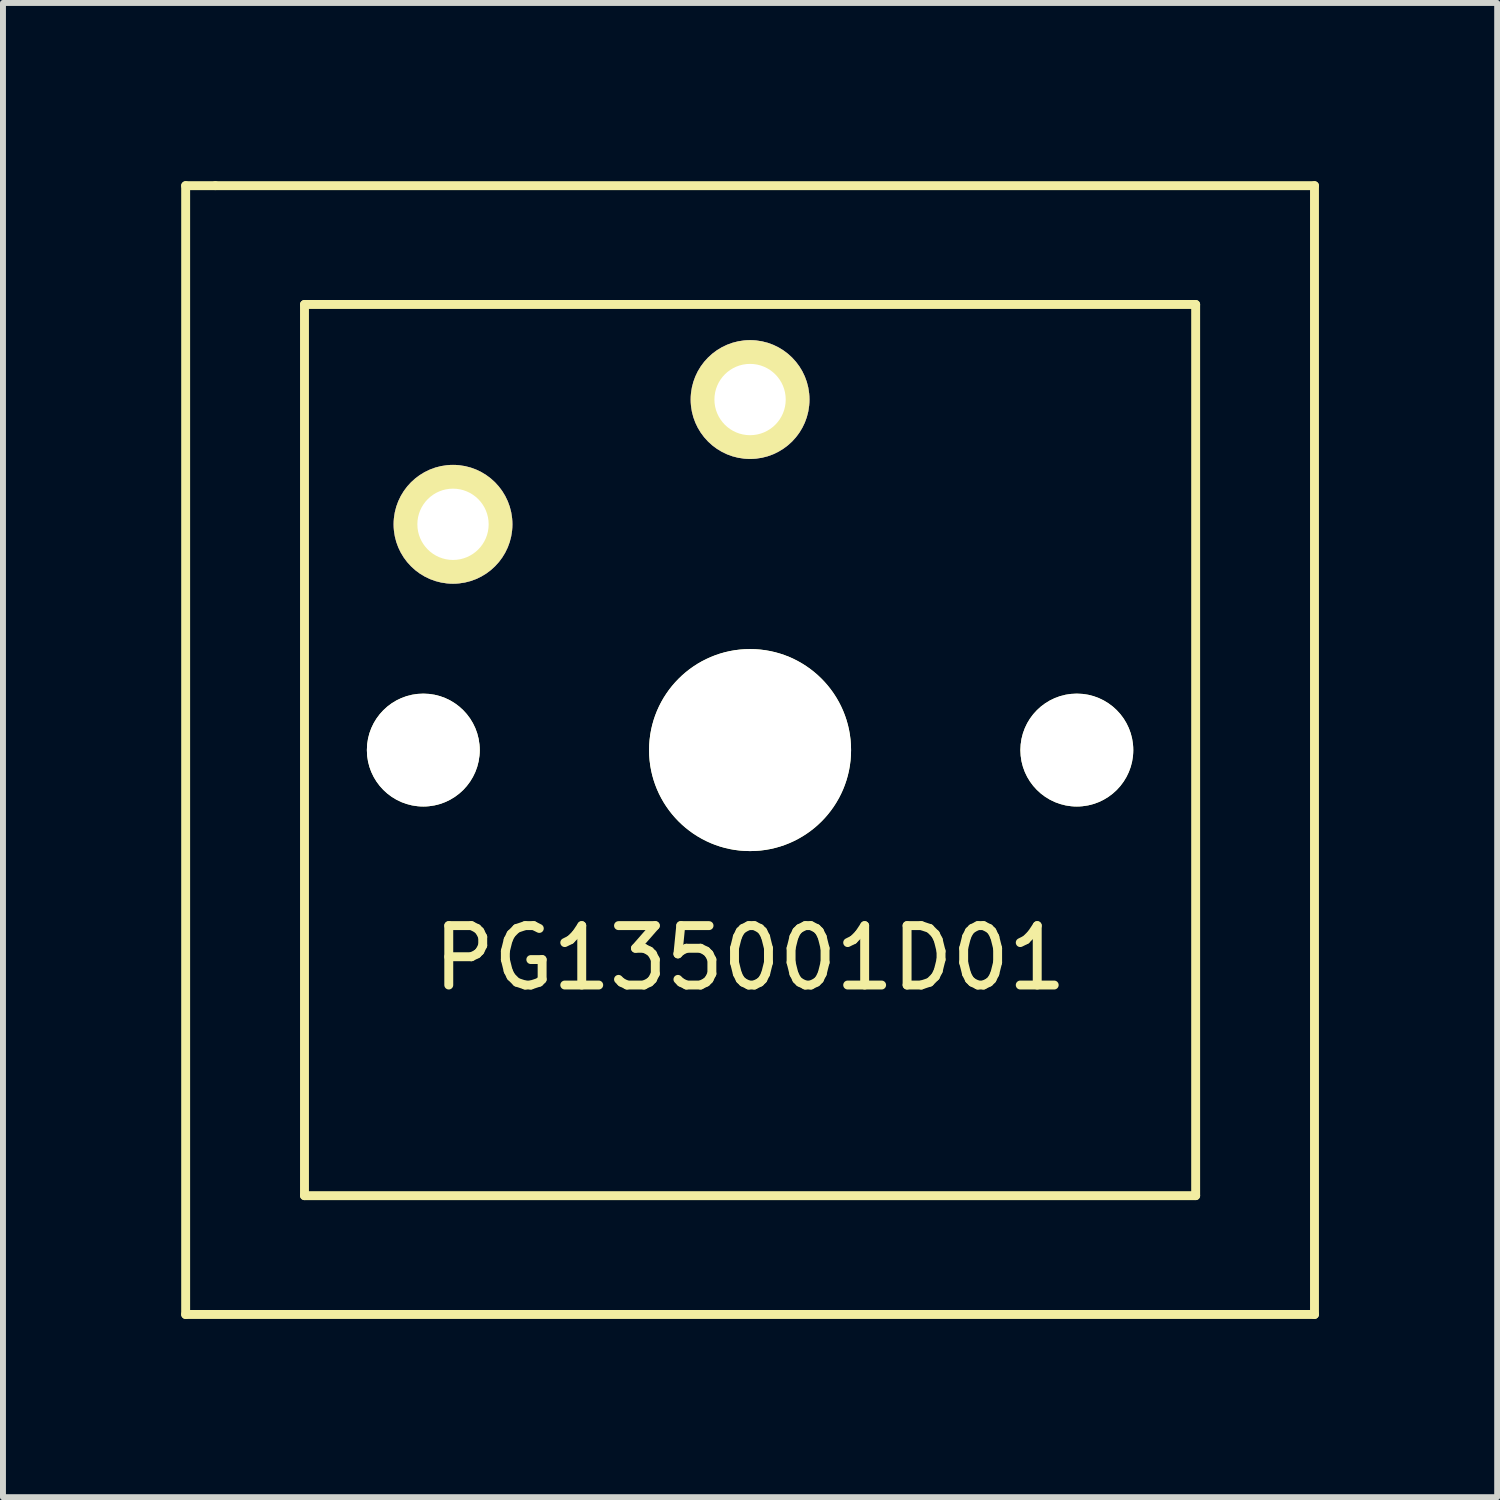
<source format=kicad_pcb>
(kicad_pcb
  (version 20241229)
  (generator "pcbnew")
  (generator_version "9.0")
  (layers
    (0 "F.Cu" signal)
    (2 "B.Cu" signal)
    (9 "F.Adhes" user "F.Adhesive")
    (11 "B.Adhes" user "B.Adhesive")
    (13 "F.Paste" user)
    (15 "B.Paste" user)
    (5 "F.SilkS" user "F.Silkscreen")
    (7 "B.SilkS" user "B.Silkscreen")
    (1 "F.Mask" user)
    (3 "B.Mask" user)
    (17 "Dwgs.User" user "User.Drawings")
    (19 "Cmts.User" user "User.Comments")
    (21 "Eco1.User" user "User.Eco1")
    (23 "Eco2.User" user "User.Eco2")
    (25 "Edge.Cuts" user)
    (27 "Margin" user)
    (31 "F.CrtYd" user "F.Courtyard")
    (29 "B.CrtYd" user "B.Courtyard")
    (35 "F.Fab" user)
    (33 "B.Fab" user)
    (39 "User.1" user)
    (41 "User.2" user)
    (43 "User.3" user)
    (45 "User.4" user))
  (footprint "PG135001D01"
    (layer "F.Cu")
    (at 9.575 9.575)
    (property "Reference" "PG135001D01" (at 0 3.5 0) (layer "F.SilkS") (effects (font (size 1 1) (thickness 0.15))))
    (attr through_hole)
    (fp_line (start -9.5 -9.5) (end -9 -9.5) (stroke (width 0.15) (type solid)) (layer "F.SilkS"))
    (fp_line (start -9.5 9.5) (end -9.5 -9.5) (stroke (width 0.15) (type solid)) (layer "F.SilkS"))
    (fp_line (start -9 -9.5) (end 9.5 -9.5) (stroke (width 0.15) (type solid)) (layer "F.SilkS"))
    (fp_line (start -7.5 -7.5) (end 7.5 -7.5) (stroke (width 0.15) (type solid)) (layer "F.SilkS"))
    (fp_line (start -7.5 7.5) (end -7.5 -7.5) (stroke (width 0.15) (type solid)) (layer "F.SilkS"))
    (fp_line (start 7.5 -7.5) (end 7.5 7.5) (stroke (width 0.15) (type solid)) (layer "F.SilkS"))
    (fp_line (start 7.5 7.5) (end -7.5 7.5) (stroke (width 0.15) (type solid)) (layer "F.SilkS"))
    (fp_line (start 9.5 -9.5) (end 9.5 9.5) (stroke (width 0.15) (type solid)) (layer "F.SilkS"))
    (fp_line (start 9.5 9.5) (end -9.5 9.5) (stroke (width 0.15) (type solid)) (layer "F.SilkS"))
    (pad "" np_thru_hole circle (at -5.5 0) (size 1.9 1.9) (drill 1.9) (layers "*.Cu" "*.Mask" "F.SilkS"))
    (pad "" np_thru_hole circle (at 0 0) (size 3.4 3.4) (drill 3.4) (layers "*.Cu" "*.Mask" "F.SilkS"))
    (pad "" np_thru_hole circle (at 5.5 0) (size 1.9 1.9) (drill 1.9) (layers "*.Cu" "*.Mask" "F.SilkS"))
    (pad "1" thru_hole circle (at 0 -5.9) (size 2 2) (drill 1.2) (layers "*.Cu" "*.Mask" "F.SilkS"))
    (pad "2" thru_hole circle (at -5 -3.8) (size 2 2) (drill 1.2) (layers "*.Cu" "*.Mask" "F.SilkS")))
  (gr_rect
    (start -3 -3)
    (end 22.15 22.15)
    (stroke (width 0.1) (type default))
    (fill no)
    (layer "Edge.Cuts")))
</source>
